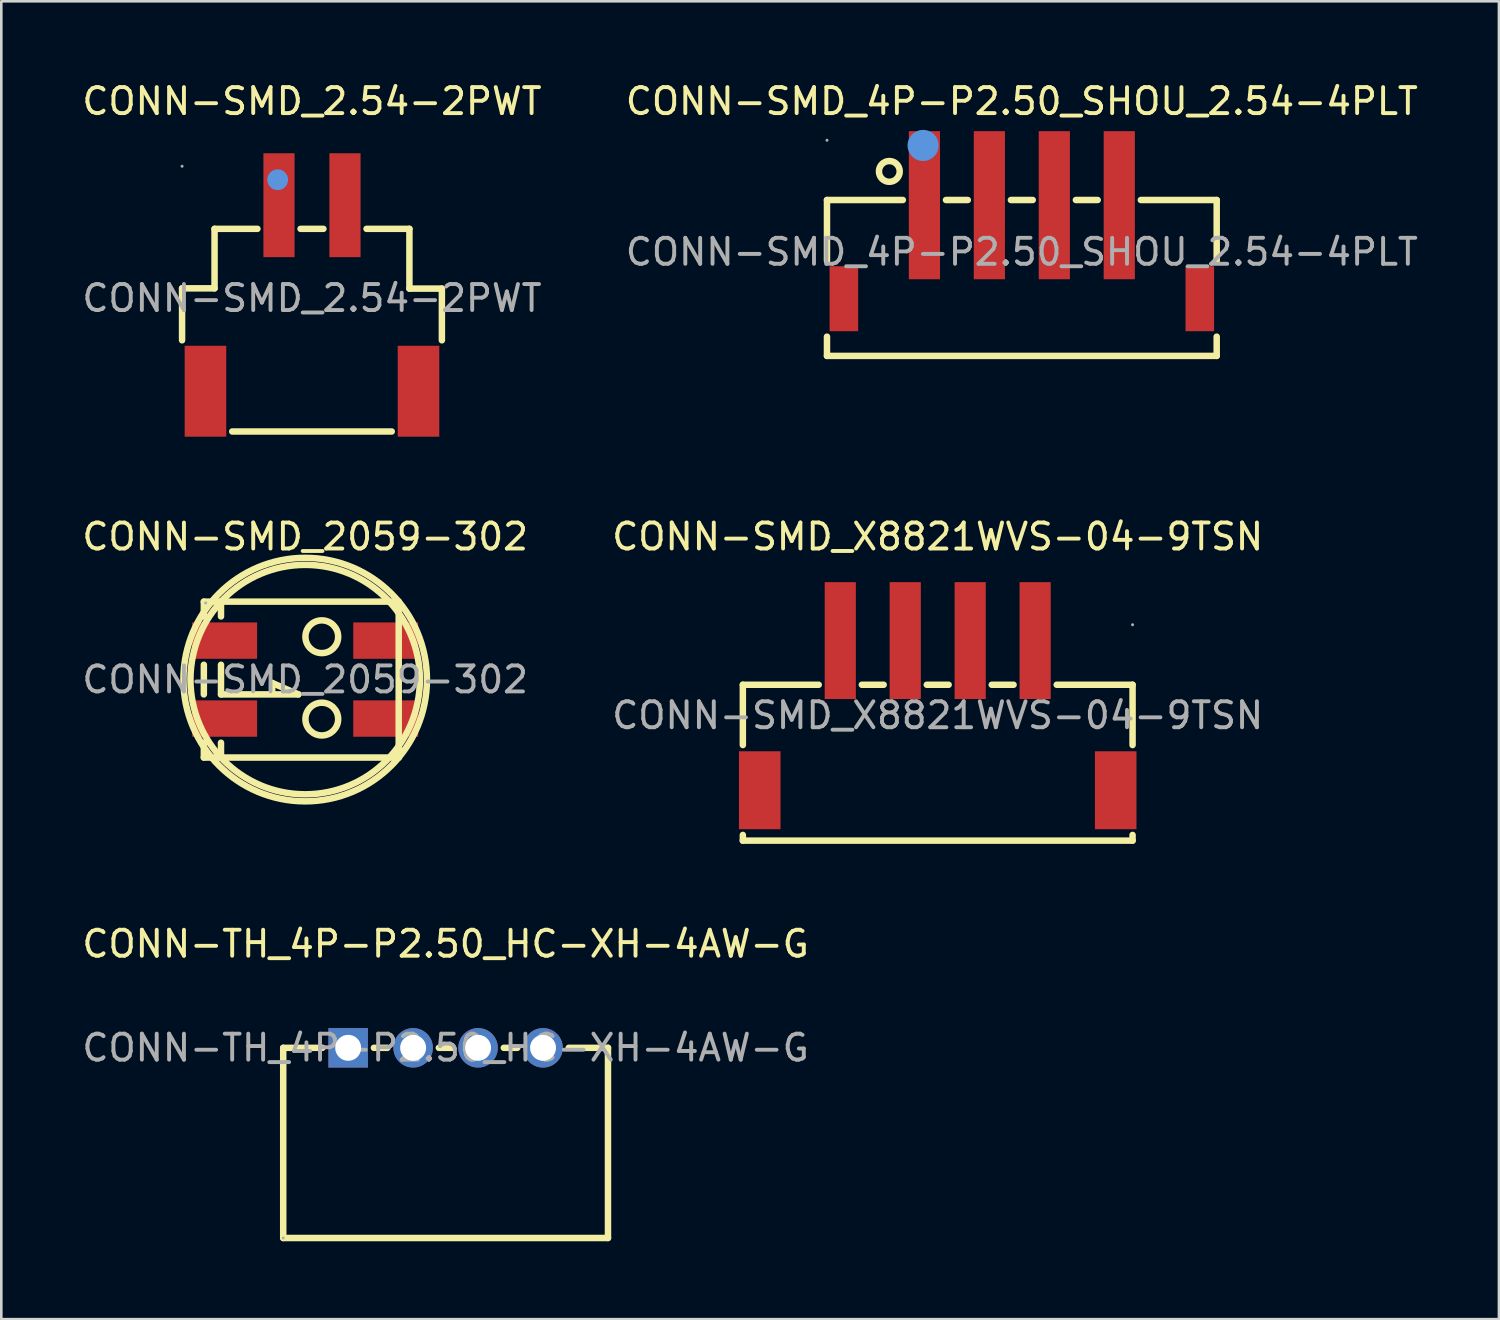
<source format=kicad_pcb>
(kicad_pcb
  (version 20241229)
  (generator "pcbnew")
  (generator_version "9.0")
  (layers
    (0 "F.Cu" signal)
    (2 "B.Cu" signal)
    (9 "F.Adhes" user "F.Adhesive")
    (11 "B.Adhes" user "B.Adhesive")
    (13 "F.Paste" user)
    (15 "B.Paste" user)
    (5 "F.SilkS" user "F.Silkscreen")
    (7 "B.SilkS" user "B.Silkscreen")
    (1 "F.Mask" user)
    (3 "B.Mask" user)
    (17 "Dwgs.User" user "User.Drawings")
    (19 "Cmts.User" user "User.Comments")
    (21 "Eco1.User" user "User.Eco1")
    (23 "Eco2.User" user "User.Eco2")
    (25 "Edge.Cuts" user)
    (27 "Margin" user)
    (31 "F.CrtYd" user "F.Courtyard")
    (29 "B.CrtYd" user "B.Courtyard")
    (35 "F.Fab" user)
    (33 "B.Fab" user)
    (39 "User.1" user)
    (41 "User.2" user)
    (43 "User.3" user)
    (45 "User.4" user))
  (footprint "CONN-TH_4P-P2.50_HC-XH-4AW-G"
    (layer "F.Cu")
    (at 14.101 37.28)
    (property "Reference" "CONN-TH_4P-P2.50_HC-XH-4AW-G" (at 0 -4 0) (layer "F.SilkS") (effects (font (size 1 1) (thickness 0.15))))
    (attr through_hole)
    (fp_line (start -6.25 0) (end -6.25 7.32) (stroke (width 0.25) (type solid)) (layer "F.SilkS"))
    (fp_line (start -6.25 7.32) (end 6.25 7.32) (stroke (width 0.25) (type solid)) (layer "F.SilkS"))
    (fp_line (start -4.74 0) (end -6.25 0) (stroke (width 0.25) (type solid)) (layer "F.SilkS"))
    (fp_line (start -2.24 0) (end -2.76 0) (stroke (width 0.25) (type solid)) (layer "F.SilkS"))
    (fp_line (start 0.26 0) (end -0.26 0) (stroke (width 0.25) (type solid)) (layer "F.SilkS"))
    (fp_line (start 2.76 0) (end 2.24 0) (stroke (width 0.25) (type solid)) (layer "F.SilkS"))
    (fp_line (start 6.25 0) (end 4.74 0) (stroke (width 0.25) (type solid)) (layer "F.SilkS"))
    (fp_line (start 6.25 7.32) (end 6.25 0) (stroke (width 0.25) (type solid)) (layer "F.SilkS"))
    (fp_circle (center -6.25 7.32) (end -6.22 7.32) (stroke (width 0.06) (type solid)) (fill no) (layer "F.Fab"))
    (fp_text user "${REFERENCE}" (at 0 0 0) (layer "F.Fab") (effects (font (size 1 1) (thickness 0.15))))
    (pad "1" thru_hole rect (at -3.75 0) (size 1.52 1.52) (drill 1) (layers "*.Cu" "*.Mask"))
    (pad "2" thru_hole circle (at -1.25 0) (size 1.52 1.52) (drill 1) (layers "*.Cu" "*.Mask"))
    (pad "3" thru_hole circle (at 1.25 0) (size 1.52 1.52) (drill 1) (layers "*.Cu" "*.Mask"))
    (pad "4" thru_hole circle (at 3.75 0) (size 1.52 1.52) (drill 1) (layers "*.Cu" "*.Mask")))
  (footprint "CONN-SMD_4P-P2.50_SHOU_2.54-4PLT"
    (layer "F.Cu")
    (at 36.28 6.648)
    (property "Reference" "CONN-SMD_4P-P2.50_SHOU_2.54-4PLT" (at 0 -5.8 0) (layer "F.SilkS") (effects (font (size 1 1) (thickness 0.15))))
    (attr smd)
    (fp_line (start -7.5 -2) (end -4.58 -2) (stroke (width 0.25) (type solid)) (layer "F.SilkS"))
    (fp_line (start -7.5 0.34) (end -7.5 -2) (stroke (width 0.25) (type solid)) (layer "F.SilkS"))
    (fp_line (start -7.5 4) (end -7.5 3.26) (stroke (width 0.25) (type solid)) (layer "F.SilkS"))
    (fp_line (start -2.92 -2) (end -2.08 -2) (stroke (width 0.25) (type solid)) (layer "F.SilkS"))
    (fp_line (start -0.42 -2) (end 0.42 -2) (stroke (width 0.25) (type solid)) (layer "F.SilkS"))
    (fp_line (start 2.08 -2) (end 2.92 -2) (stroke (width 0.25) (type solid)) (layer "F.SilkS"))
    (fp_line (start 4.58 -2) (end 7.5 -2) (stroke (width 0.25) (type solid)) (layer "F.SilkS"))
    (fp_line (start 7.5 0.34) (end 7.5 -2) (stroke (width 0.25) (type solid)) (layer "F.SilkS"))
    (fp_line (start 7.5 4) (end -7.5 4) (stroke (width 0.25) (type solid)) (layer "F.SilkS"))
    (fp_line (start 7.5 4) (end 7.5 3.26) (stroke (width 0.25) (type solid)) (layer "F.SilkS"))
    (fp_circle (center -5.1 -3.1) (end -4.7 -3.1) (stroke (width 0.25) (type solid)) (fill no) (layer "F.SilkS"))
    (fp_circle (center -3.8 -4.1) (end -3.5 -4.1) (stroke (width 0.6) (type solid)) (fill no) (layer "Cmts.User"))
    (fp_circle (center -7.5 -4.3) (end -7.47 -4.3) (stroke (width 0.06) (type solid)) (fill no) (layer "F.Fab"))
    (fp_text user "${REFERENCE}" (at 0 0 0) (layer "F.Fab") (effects (font (size 1 1) (thickness 0.15))))
    (pad "1" smd rect (at -3.75 -1.8) (size 1.2 5.7) (layers "F.Cu" "F.Mask" "F.Paste"))
    (pad "2" smd rect (at -1.25 -1.8) (size 1.2 5.7) (layers "F.Cu" "F.Mask" "F.Paste"))
    (pad "3" smd rect (at 1.25 -1.8) (size 1.2 5.7) (layers "F.Cu" "F.Mask" "F.Paste"))
    (pad "4" smd rect (at 3.75 -1.8) (size 1.2 5.7) (layers "F.Cu" "F.Mask" "F.Paste"))
    (pad "5" smd rect (at 6.85 1.8) (size 1.1 2.5) (layers "F.Cu" "F.Mask" "F.Paste"))
    (pad "6" smd rect (at -6.85 1.8) (size 1.1 2.5) (layers "F.Cu" "F.Mask" "F.Paste")))
  (footprint "CONN-SMD_2059-302"
    (layer "F.Cu")
    (at 8.696 23.107)
    (property "Reference" "CONN-SMD_2059-302" (at 0 -5.5 0) (layer "F.SilkS") (effects (font (size 1 1) (thickness 0.15))))
    (attr smd)
    (fp_line (start -3.9 -3) (end -3.9 -2.43) (stroke (width 0.25) (type solid)) (layer "F.SilkS"))
    (fp_line (start -3.9 -3) (end -3.24 -3) (stroke (width 0.25) (type solid)) (layer "F.SilkS"))
    (fp_line (start -3.9 -0.57) (end -3.9 0.57) (stroke (width 0.25) (type solid)) (layer "F.SilkS"))
    (fp_line (start -3.9 2.43) (end -3.9 3) (stroke (width 0.25) (type solid)) (layer "F.SilkS"))
    (fp_line (start -3.24 -3) (end -3.24 -2.43) (stroke (width 0.25) (type solid)) (layer "F.SilkS"))
    (fp_line (start -3.24 -3) (end 3.6 -3) (stroke (width 0.25) (type solid)) (layer "F.SilkS"))
    (fp_line (start -3.24 -0.57) (end -3.24 0.57) (stroke (width 0.25) (type solid)) (layer "F.SilkS"))
    (fp_line (start -3.24 0.57) (end -0.26 0.57) (stroke (width 0.25) (type solid)) (layer "F.SilkS"))
    (fp_line (start -3.24 2.43) (end -3.24 3) (stroke (width 0.25) (type solid)) (layer "F.SilkS"))
    (fp_line (start -1.27 0.13) (end -1.27 0.51) (stroke (width 0.25) (type solid)) (layer "F.SilkS"))
    (fp_line (start -0.26 0.57) (end -1.27 0.13) (stroke (width 0.25) (type solid)) (layer "F.SilkS"))
    (fp_line (start 3.6 -3) (end 3.6 3) (stroke (width 0.25) (type solid)) (layer "F.SilkS"))
    (fp_line (start 3.6 3) (end -3.9 3) (stroke (width 0.25) (type solid)) (layer "F.SilkS"))
    (fp_arc (start -3.24 -3) (mid 3.24 3) (end -3.24 -3) (stroke (width 0.25) (type solid)) (layer "F.SilkS"))
    (fp_arc (start 3.6 -3) (mid -3.6 3) (end 3.6 -3) (stroke (width 0.25) (type solid)) (layer "F.SilkS"))
    (fp_circle (center 0.64 -1.65) (end 1.27 -1.65) (stroke (width 0.25) (type solid)) (fill no) (layer "F.SilkS"))
    (fp_circle (center 0.64 1.52) (end 1.27 1.52) (stroke (width 0.25) (type solid)) (fill no) (layer "F.SilkS"))
    (fp_circle (center -3.83 -2.95) (end -3.8 -2.95) (stroke (width 0.06) (type solid)) (fill no) (layer "F.Fab"))
    (fp_text user "${REFERENCE}" (at 0 0 0) (layer "F.Fab") (effects (font (size 1 1) (thickness 0.15))))
    (pad "1" smd rect (at -3.1 -1.5 90) (size 1.4 2.5) (layers "F.Cu" "F.Mask" "F.Paste"))
    (pad "1" smd rect (at 3.1 -1.5 90) (size 1.4 2.5) (layers "F.Cu" "F.Mask" "F.Paste"))
    (pad "2" smd rect (at -3.1 1.5 90) (size 1.4 2.5) (layers "F.Cu" "F.Mask" "F.Paste"))
    (pad "2" smd rect (at 3.1 1.5 90) (size 1.4 2.5) (layers "F.Cu" "F.Mask" "F.Paste")))
  (footprint "CONN-SMD_2.54-2PWT"
    (layer "F.Cu")
    (at 8.958 8.428)
    (property "Reference" "CONN-SMD_2.54-2PWT" (at 0 -7.58 0) (layer "F.SilkS") (effects (font (size 1 1) (thickness 0.15))))
    (attr smd)
    (fp_line (start -5 -0.38) (end -5 1.62) (stroke (width 0.25) (type solid)) (layer "F.SilkS"))
    (fp_line (start -3.75 -2.67) (end -3.75 -0.38) (stroke (width 0.25) (type solid)) (layer "F.SilkS"))
    (fp_line (start -3.75 -0.38) (end -5 -0.38) (stroke (width 0.25) (type solid)) (layer "F.SilkS"))
    (fp_line (start -3.07 5.13) (end 3.07 5.13) (stroke (width 0.25) (type solid)) (layer "F.SilkS"))
    (fp_line (start -2.1 -2.67) (end -3.75 -2.67) (stroke (width 0.25) (type solid)) (layer "F.SilkS"))
    (fp_line (start 0.44 -2.67) (end -0.44 -2.67) (stroke (width 0.25) (type solid)) (layer "F.SilkS"))
    (fp_line (start 3.75 -2.67) (end 2.1 -2.67) (stroke (width 0.25) (type solid)) (layer "F.SilkS"))
    (fp_line (start 3.75 -0.37) (end 3.75 -2.67) (stroke (width 0.25) (type solid)) (layer "F.SilkS"))
    (fp_line (start 5 -0.37) (end 3.75 -0.37) (stroke (width 0.25) (type solid)) (layer "F.SilkS"))
    (fp_line (start 5 -0.37) (end 5 1.62) (stroke (width 0.25) (type solid)) (layer "F.SilkS"))
    (fp_circle (center -1.32 -4.56) (end -1.12 -4.56) (stroke (width 0.4) (type solid)) (fill no) (layer "Cmts.User"))
    (fp_circle (center -5 -5.08) (end -4.97 -5.08) (stroke (width 0.06) (type solid)) (fill no) (layer "F.Fab"))
    (fp_text user "${REFERENCE}" (at 0 0 0) (layer "F.Fab") (effects (font (size 1 1) (thickness 0.15))))
    (pad "1" smd rect (at -1.27 -3.58) (size 1.2 4) (layers "F.Cu" "F.Mask" "F.Paste"))
    (pad "2" smd rect (at 1.27 -3.58) (size 1.2 4) (layers "F.Cu" "F.Mask" "F.Paste"))
    (pad "3" smd rect (at 4.1 3.58) (size 1.6 3.5) (layers "F.Cu" "F.Mask" "F.Paste"))
    (pad "4" smd rect (at -4.1 3.58) (size 1.6 3.5) (layers "F.Cu" "F.Mask" "F.Paste")))
  (footprint "CONN-SMD_X8821WVS-04-9TSN"
    (layer "F.Cu")
    (at 33.042 24.486)
    (property "Reference" "CONN-SMD_X8821WVS-04-9TSN" (at 0 -6.88 0) (layer "F.SilkS") (effects (font (size 1 1) (thickness 0.15))))
    (attr smd)
    (fp_line (start -7.5 -1.18) (end -4.58 -1.18) (stroke (width 0.25) (type solid)) (layer "F.SilkS"))
    (fp_line (start -7.5 1.14) (end -7.5 -1.18) (stroke (width 0.25) (type solid)) (layer "F.SilkS"))
    (fp_line (start -7.5 4.82) (end -7.5 4.6) (stroke (width 0.25) (type solid)) (layer "F.SilkS"))
    (fp_line (start -2.92 -1.18) (end -2.08 -1.18) (stroke (width 0.25) (type solid)) (layer "F.SilkS"))
    (fp_line (start -0.42 -1.18) (end 0.42 -1.18) (stroke (width 0.25) (type solid)) (layer "F.SilkS"))
    (fp_line (start 2.08 -1.18) (end 2.92 -1.18) (stroke (width 0.25) (type solid)) (layer "F.SilkS"))
    (fp_line (start 4.58 -1.18) (end 7.5 -1.18) (stroke (width 0.25) (type solid)) (layer "F.SilkS"))
    (fp_line (start 7.5 -1.18) (end 7.5 1.14) (stroke (width 0.25) (type solid)) (layer "F.SilkS"))
    (fp_line (start 7.5 4.6) (end 7.5 4.82) (stroke (width 0.25) (type solid)) (layer "F.SilkS"))
    (fp_line (start 7.5 4.82) (end -7.5 4.82) (stroke (width 0.25) (type solid)) (layer "F.SilkS"))
    (fp_circle (center 7.5 -3.49) (end 7.53 -3.49) (stroke (width 0.06) (type solid)) (fill no) (layer "F.Fab"))
    (fp_text user "${REFERENCE}" (at 0 0 0) (layer "F.Fab") (effects (font (size 1 1) (thickness 0.15))))
    (pad "1" smd rect (at 3.75 -2.88) (size 1.2 4.5) (layers "F.Cu" "F.Mask" "F.Paste"))
    (pad "2" smd rect (at 1.25 -2.88) (size 1.2 4.5) (layers "F.Cu" "F.Mask" "F.Paste"))
    (pad "3" smd rect (at -1.25 -2.88) (size 1.2 4.5) (layers "F.Cu" "F.Mask" "F.Paste"))
    (pad "4" smd rect (at -3.75 -2.88) (size 1.2 4.5) (layers "F.Cu" "F.Mask" "F.Paste"))
    (pad "5" smd rect (at -6.85 2.88) (size 1.6 3) (layers "F.Cu" "F.Mask" "F.Paste"))
    (pad "6" smd rect (at 6.85 2.88) (size 1.6 3) (layers "F.Cu" "F.Mask" "F.Paste")))
  (gr_rect
    (start -3 -3)
    (end 54.643 47.725)
    (stroke (width 0.1) (type default))
    (fill no)
    (layer "Edge.Cuts")))
</source>
